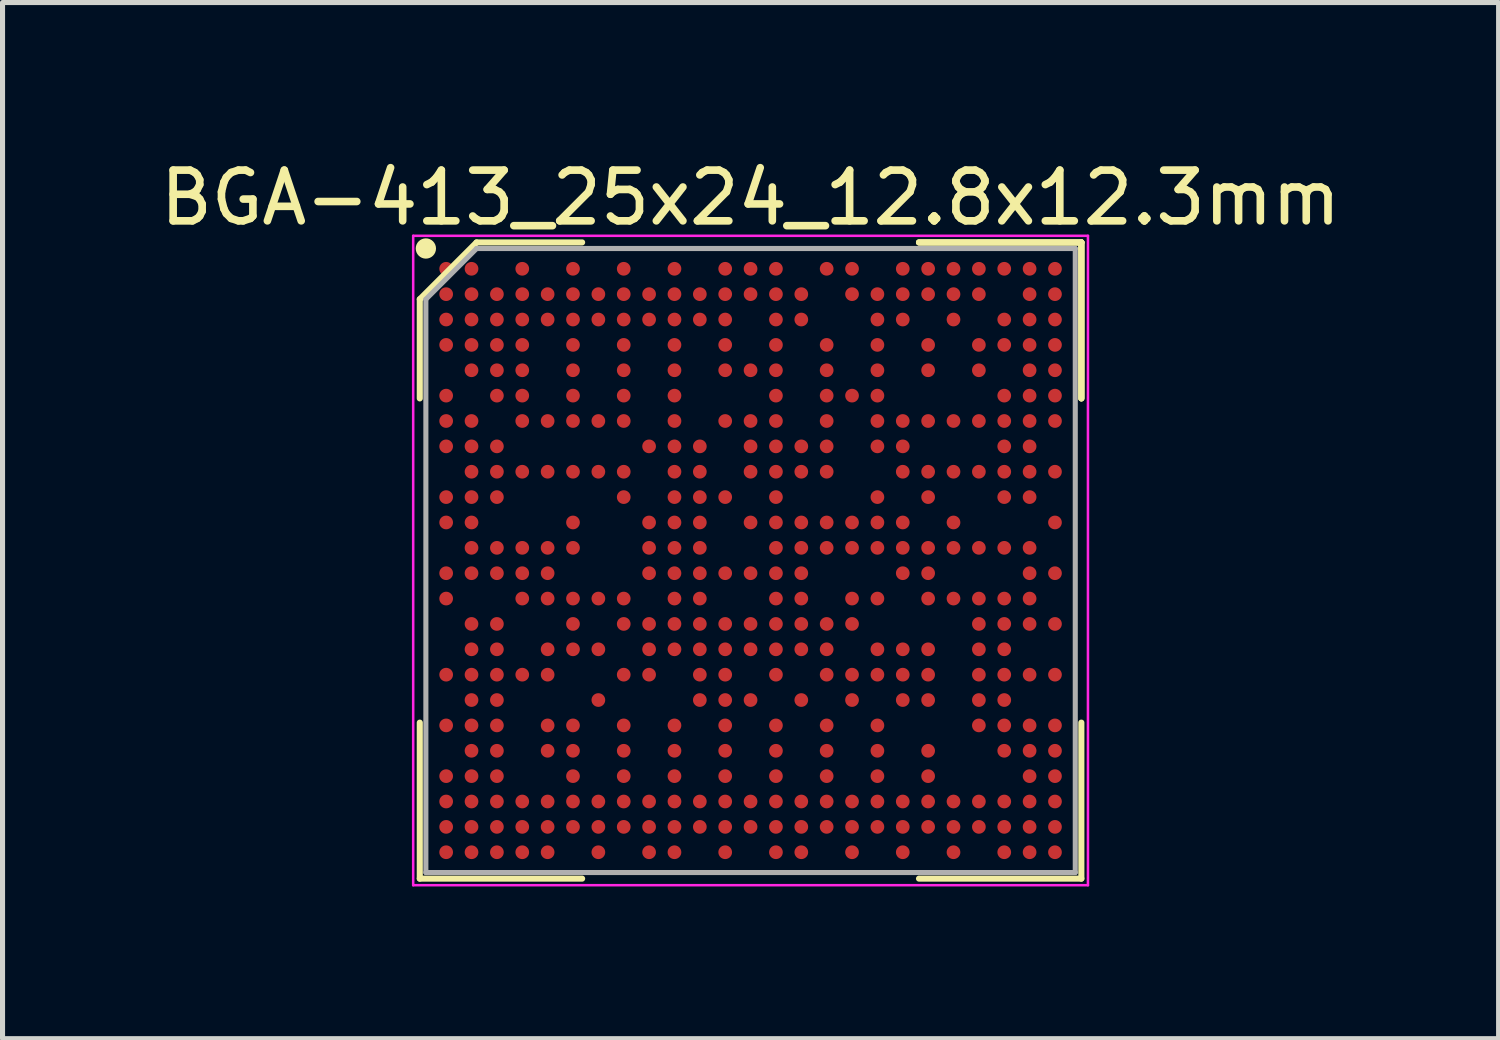
<source format=kicad_pcb>
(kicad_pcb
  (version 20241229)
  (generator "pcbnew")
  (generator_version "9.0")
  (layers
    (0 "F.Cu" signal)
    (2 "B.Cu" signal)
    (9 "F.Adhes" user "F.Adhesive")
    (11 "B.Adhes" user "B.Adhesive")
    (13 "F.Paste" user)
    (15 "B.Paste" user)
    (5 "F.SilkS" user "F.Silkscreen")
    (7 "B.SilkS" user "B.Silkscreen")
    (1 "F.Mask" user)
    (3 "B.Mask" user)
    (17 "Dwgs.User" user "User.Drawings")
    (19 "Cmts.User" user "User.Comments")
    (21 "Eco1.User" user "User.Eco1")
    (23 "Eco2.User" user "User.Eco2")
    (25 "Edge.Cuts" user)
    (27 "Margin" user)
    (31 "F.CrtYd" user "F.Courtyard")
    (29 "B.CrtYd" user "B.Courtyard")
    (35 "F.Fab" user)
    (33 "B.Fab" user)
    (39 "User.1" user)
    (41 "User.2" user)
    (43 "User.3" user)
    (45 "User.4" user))
  (footprint "BGA-413_25x24_12.8x12.3mm"
    (layer "F.Cu")
    (at 11.744 7.998)
    (property "Reference" "BGA-413_25x24_12.8x12.3mm" (at 0 -7.15 0) (layer "F.SilkS") (effects (font (size 1 1) (thickness 0.15))))
    (attr smd)
    (fp_line (start -6.52 -5.15) (end -6.52 -3.195) (stroke (width 0.12) (type solid)) (layer "F.SilkS"))
    (fp_line (start -6.52 6.27) (end -6.52 3.195) (stroke (width 0.12) (type solid)) (layer "F.SilkS"))
    (fp_line (start -5.4 -6.27) (end -6.52 -5.15) (stroke (width 0.12) (type solid)) (layer "F.SilkS"))
    (fp_line (start -3.32 -6.27) (end -5.4 -6.27) (stroke (width 0.12) (type solid)) (layer "F.SilkS"))
    (fp_line (start -3.32 6.27) (end -6.52 6.27) (stroke (width 0.12) (type solid)) (layer "F.SilkS"))
    (fp_line (start 3.32 -6.27) (end 6.52 -6.27) (stroke (width 0.12) (type solid)) (layer "F.SilkS"))
    (fp_line (start 3.32 -6.27) (end 6.52 -6.27) (stroke (width 0.12) (type solid)) (layer "F.SilkS"))
    (fp_line (start 3.32 -6.27) (end 6.52 -6.27) (stroke (width 0.12) (type solid)) (layer "F.SilkS"))
    (fp_line (start 3.32 6.27) (end 6.52 6.27) (stroke (width 0.12) (type solid)) (layer "F.SilkS"))
    (fp_line (start 6.52 -6.27) (end 6.52 -3.195) (stroke (width 0.12) (type solid)) (layer "F.SilkS"))
    (fp_line (start 6.52 -6.27) (end 6.52 -3.195) (stroke (width 0.12) (type solid)) (layer "F.SilkS"))
    (fp_line (start 6.52 -6.27) (end 6.52 -3.195) (stroke (width 0.12) (type solid)) (layer "F.SilkS"))
    (fp_line (start 6.52 6.27) (end 6.52 3.195) (stroke (width 0.12) (type solid)) (layer "F.SilkS"))
    (fp_circle (center -6.4 -6.15) (end -6.4 -6.05) (stroke (width 0.2) (type solid)) (fill no) (layer "F.SilkS"))
    (fp_line (start -6.65 -6.4) (end 6.65 -6.4) (stroke (width 0.05) (type solid)) (layer "F.CrtYd"))
    (fp_line (start -6.65 6.4) (end -6.65 -6.4) (stroke (width 0.05) (type solid)) (layer "F.CrtYd"))
    (fp_line (start 6.65 -6.4) (end 6.65 6.4) (stroke (width 0.05) (type solid)) (layer "F.CrtYd"))
    (fp_line (start 6.65 6.4) (end -6.65 6.4) (stroke (width 0.05) (type solid)) (layer "F.CrtYd"))
    (fp_line (start -6.4 -5.15) (end -6.4 6.15) (stroke (width 0.1) (type solid)) (layer "F.Fab"))
    (fp_line (start -6.4 6.15) (end 6.4 6.15) (stroke (width 0.1) (type solid)) (layer "F.Fab"))
    (fp_line (start -5.4 -6.15) (end -6.4 -5.15) (stroke (width 0.1) (type solid)) (layer "F.Fab"))
    (fp_line (start 6.4 -6.15) (end -5.4 -6.15) (stroke (width 0.1) (type solid)) (layer "F.Fab"))
    (fp_line (start 6.4 6.15) (end 6.4 -6.15) (stroke (width 0.1) (type solid)) (layer "F.Fab"))
    (pad "A1" smd circle (at -6 -5.75) (size 0.27 0.27) (layers "F.Cu" "F.Mask" "F.Paste"))
    (pad "A2" smd circle (at -5.5 -5.75) (size 0.27 0.27) (layers "F.Cu" "F.Mask" "F.Paste"))
    (pad "A4" smd circle (at -4.5 -5.75) (size 0.27 0.27) (layers "F.Cu" "F.Mask" "F.Paste"))
    (pad "A6" smd circle (at -3.5 -5.75) (size 0.27 0.27) (layers "F.Cu" "F.Mask" "F.Paste"))
    (pad "A8" smd circle (at -2.5 -5.75) (size 0.27 0.27) (layers "F.Cu" "F.Mask" "F.Paste"))
    (pad "A10" smd circle (at -1.5 -5.75) (size 0.27 0.27) (layers "F.Cu" "F.Mask" "F.Paste"))
    (pad "A12" smd circle (at -0.5 -5.75) (size 0.27 0.27) (layers "F.Cu" "F.Mask" "F.Paste"))
    (pad "A13" smd circle (at 0 -5.75) (size 0.27 0.27) (layers "F.Cu" "F.Mask" "F.Paste"))
    (pad "A14" smd circle (at 0.5 -5.75) (size 0.27 0.27) (layers "F.Cu" "F.Mask" "F.Paste"))
    (pad "A16" smd circle (at 1.5 -5.75) (size 0.27 0.27) (layers "F.Cu" "F.Mask" "F.Paste"))
    (pad "A17" smd circle (at 2 -5.75) (size 0.27 0.27) (layers "F.Cu" "F.Mask" "F.Paste"))
    (pad "A19" smd circle (at 3 -5.75) (size 0.27 0.27) (layers "F.Cu" "F.Mask" "F.Paste"))
    (pad "A20" smd circle (at 3.5 -5.75) (size 0.27 0.27) (layers "F.Cu" "F.Mask" "F.Paste"))
    (pad "A21" smd circle (at 4 -5.75) (size 0.27 0.27) (layers "F.Cu" "F.Mask" "F.Paste"))
    (pad "A22" smd circle (at 4.5 -5.75) (size 0.27 0.27) (layers "F.Cu" "F.Mask" "F.Paste"))
    (pad "A23" smd circle (at 5 -5.75) (size 0.27 0.27) (layers "F.Cu" "F.Mask" "F.Paste"))
    (pad "A24" smd circle (at 5.5 -5.75) (size 0.27 0.27) (layers "F.Cu" "F.Mask" "F.Paste"))
    (pad "A25" smd circle (at 6 -5.75) (size 0.27 0.27) (layers "F.Cu" "F.Mask" "F.Paste"))
    (pad "AA1" smd circle (at -6 4.25) (size 0.27 0.27) (layers "F.Cu" "F.Mask" "F.Paste"))
    (pad "AA2" smd circle (at -5.5 4.25) (size 0.27 0.27) (layers "F.Cu" "F.Mask" "F.Paste"))
    (pad "AA3" smd circle (at -5 4.25) (size 0.27 0.27) (layers "F.Cu" "F.Mask" "F.Paste"))
    (pad "AA6" smd circle (at -3.5 4.25) (size 0.27 0.27) (layers "F.Cu" "F.Mask" "F.Paste"))
    (pad "AA8" smd circle (at -2.5 4.25) (size 0.27 0.27) (layers "F.Cu" "F.Mask" "F.Paste"))
    (pad "AA10" smd circle (at -1.5 4.25) (size 0.27 0.27) (layers "F.Cu" "F.Mask" "F.Paste"))
    (pad "AA12" smd circle (at -0.5 4.25) (size 0.27 0.27) (layers "F.Cu" "F.Mask" "F.Paste"))
    (pad "AA14" smd circle (at 0.5 4.25) (size 0.27 0.27) (layers "F.Cu" "F.Mask" "F.Paste"))
    (pad "AA16" smd circle (at 1.5 4.25) (size 0.27 0.27) (layers "F.Cu" "F.Mask" "F.Paste"))
    (pad "AA18" smd circle (at 2.5 4.25) (size 0.27 0.27) (layers "F.Cu" "F.Mask" "F.Paste"))
    (pad "AA20" smd circle (at 3.5 4.25) (size 0.27 0.27) (layers "F.Cu" "F.Mask" "F.Paste"))
    (pad "AA24" smd circle (at 5.5 4.25) (size 0.27 0.27) (layers "F.Cu" "F.Mask" "F.Paste"))
    (pad "AA25" smd circle (at 6 4.25) (size 0.27 0.27) (layers "F.Cu" "F.Mask" "F.Paste"))
    (pad "AB1" smd circle (at -6 4.75) (size 0.27 0.27) (layers "F.Cu" "F.Mask" "F.Paste"))
    (pad "AB2" smd circle (at -5.5 4.75) (size 0.27 0.27) (layers "F.Cu" "F.Mask" "F.Paste"))
    (pad "AB3" smd circle (at -5 4.75) (size 0.27 0.27) (layers "F.Cu" "F.Mask" "F.Paste"))
    (pad "AB4" smd circle (at -4.5 4.75) (size 0.27 0.27) (layers "F.Cu" "F.Mask" "F.Paste"))
    (pad "AB5" smd circle (at -4 4.75) (size 0.27 0.27) (layers "F.Cu" "F.Mask" "F.Paste"))
    (pad "AB6" smd circle (at -3.5 4.75) (size 0.27 0.27) (layers "F.Cu" "F.Mask" "F.Paste"))
    (pad "AB7" smd circle (at -3 4.75) (size 0.27 0.27) (layers "F.Cu" "F.Mask" "F.Paste"))
    (pad "AB8" smd circle (at -2.5 4.75) (size 0.27 0.27) (layers "F.Cu" "F.Mask" "F.Paste"))
    (pad "AB9" smd circle (at -2 4.75) (size 0.27 0.27) (layers "F.Cu" "F.Mask" "F.Paste"))
    (pad "AB10" smd circle (at -1.5 4.75) (size 0.27 0.27) (layers "F.Cu" "F.Mask" "F.Paste"))
    (pad "AB11" smd circle (at -1 4.75) (size 0.27 0.27) (layers "F.Cu" "F.Mask" "F.Paste"))
    (pad "AB12" smd circle (at -0.5 4.75) (size 0.27 0.27) (layers "F.Cu" "F.Mask" "F.Paste"))
    (pad "AB13" smd circle (at 0 4.75) (size 0.27 0.27) (layers "F.Cu" "F.Mask" "F.Paste"))
    (pad "AB14" smd circle (at 0.5 4.75) (size 0.27 0.27) (layers "F.Cu" "F.Mask" "F.Paste"))
    (pad "AB15" smd circle (at 1 4.75) (size 0.27 0.27) (layers "F.Cu" "F.Mask" "F.Paste"))
    (pad "AB16" smd circle (at 1.5 4.75) (size 0.27 0.27) (layers "F.Cu" "F.Mask" "F.Paste"))
    (pad "AB17" smd circle (at 2 4.75) (size 0.27 0.27) (layers "F.Cu" "F.Mask" "F.Paste"))
    (pad "AB18" smd circle (at 2.5 4.75) (size 0.27 0.27) (layers "F.Cu" "F.Mask" "F.Paste"))
    (pad "AB19" smd circle (at 3 4.75) (size 0.27 0.27) (layers "F.Cu" "F.Mask" "F.Paste"))
    (pad "AB20" smd circle (at 3.5 4.75) (size 0.27 0.27) (layers "F.Cu" "F.Mask" "F.Paste"))
    (pad "AB21" smd circle (at 4 4.75) (size 0.27 0.27) (layers "F.Cu" "F.Mask" "F.Paste"))
    (pad "AB22" smd circle (at 4.5 4.75) (size 0.27 0.27) (layers "F.Cu" "F.Mask" "F.Paste"))
    (pad "AB23" smd circle (at 5 4.75) (size 0.27 0.27) (layers "F.Cu" "F.Mask" "F.Paste"))
    (pad "AB24" smd circle (at 5.5 4.75) (size 0.27 0.27) (layers "F.Cu" "F.Mask" "F.Paste"))
    (pad "AB25" smd circle (at 6 4.75) (size 0.27 0.27) (layers "F.Cu" "F.Mask" "F.Paste"))
    (pad "AC1" smd circle (at -6 5.25) (size 0.27 0.27) (layers "F.Cu" "F.Mask" "F.Paste"))
    (pad "AC2" smd circle (at -5.5 5.25) (size 0.27 0.27) (layers "F.Cu" "F.Mask" "F.Paste"))
    (pad "AC3" smd circle (at -5 5.25) (size 0.27 0.27) (layers "F.Cu" "F.Mask" "F.Paste"))
    (pad "AC4" smd circle (at -4.5 5.25) (size 0.27 0.27) (layers "F.Cu" "F.Mask" "F.Paste"))
    (pad "AC5" smd circle (at -4 5.25) (size 0.27 0.27) (layers "F.Cu" "F.Mask" "F.Paste"))
    (pad "AC6" smd circle (at -3.5 5.25) (size 0.27 0.27) (layers "F.Cu" "F.Mask" "F.Paste"))
    (pad "AC7" smd circle (at -3 5.25) (size 0.27 0.27) (layers "F.Cu" "F.Mask" "F.Paste"))
    (pad "AC8" smd circle (at -2.5 5.25) (size 0.27 0.27) (layers "F.Cu" "F.Mask" "F.Paste"))
    (pad "AC9" smd circle (at -2 5.25) (size 0.27 0.27) (layers "F.Cu" "F.Mask" "F.Paste"))
    (pad "AC10" smd circle (at -1.5 5.25) (size 0.27 0.27) (layers "F.Cu" "F.Mask" "F.Paste"))
    (pad "AC11" smd circle (at -1 5.25) (size 0.27 0.27) (layers "F.Cu" "F.Mask" "F.Paste"))
    (pad "AC12" smd circle (at -0.5 5.25) (size 0.27 0.27) (layers "F.Cu" "F.Mask" "F.Paste"))
    (pad "AC13" smd circle (at 0 5.25) (size 0.27 0.27) (layers "F.Cu" "F.Mask" "F.Paste"))
    (pad "AC14" smd circle (at 0.5 5.25) (size 0.27 0.27) (layers "F.Cu" "F.Mask" "F.Paste"))
    (pad "AC15" smd circle (at 1 5.25) (size 0.27 0.27) (layers "F.Cu" "F.Mask" "F.Paste"))
    (pad "AC16" smd circle (at 1.5 5.25) (size 0.27 0.27) (layers "F.Cu" "F.Mask" "F.Paste"))
    (pad "AC17" smd circle (at 2 5.25) (size 0.27 0.27) (layers "F.Cu" "F.Mask" "F.Paste"))
    (pad "AC18" smd circle (at 2.5 5.25) (size 0.27 0.27) (layers "F.Cu" "F.Mask" "F.Paste"))
    (pad "AC19" smd circle (at 3 5.25) (size 0.27 0.27) (layers "F.Cu" "F.Mask" "F.Paste"))
    (pad "AC20" smd circle (at 3.5 5.25) (size 0.27 0.27) (layers "F.Cu" "F.Mask" "F.Paste"))
    (pad "AC21" smd circle (at 4 5.25) (size 0.27 0.27) (layers "F.Cu" "F.Mask" "F.Paste"))
    (pad "AC22" smd circle (at 4.5 5.25) (size 0.27 0.27) (layers "F.Cu" "F.Mask" "F.Paste"))
    (pad "AC23" smd circle (at 5 5.25) (size 0.27 0.27) (layers "F.Cu" "F.Mask" "F.Paste"))
    (pad "AC24" smd circle (at 5.5 5.25) (size 0.27 0.27) (layers "F.Cu" "F.Mask" "F.Paste"))
    (pad "AC25" smd circle (at 6 5.25) (size 0.27 0.27) (layers "F.Cu" "F.Mask" "F.Paste"))
    (pad "AD1" smd circle (at -6 5.75) (size 0.27 0.27) (layers "F.Cu" "F.Mask" "F.Paste"))
    (pad "AD2" smd circle (at -5.5 5.75) (size 0.27 0.27) (layers "F.Cu" "F.Mask" "F.Paste"))
    (pad "AD3" smd circle (at -5 5.75) (size 0.27 0.27) (layers "F.Cu" "F.Mask" "F.Paste"))
    (pad "AD4" smd circle (at -4.5 5.75) (size 0.27 0.27) (layers "F.Cu" "F.Mask" "F.Paste"))
    (pad "AD5" smd circle (at -4 5.75) (size 0.27 0.27) (layers "F.Cu" "F.Mask" "F.Paste"))
    (pad "AD7" smd circle (at -3 5.75) (size 0.27 0.27) (layers "F.Cu" "F.Mask" "F.Paste"))
    (pad "AD9" smd circle (at -2 5.75) (size 0.27 0.27) (layers "F.Cu" "F.Mask" "F.Paste"))
    (pad "AD10" smd circle (at -1.5 5.75) (size 0.27 0.27) (layers "F.Cu" "F.Mask" "F.Paste"))
    (pad "AD12" smd circle (at -0.5 5.75) (size 0.27 0.27) (layers "F.Cu" "F.Mask" "F.Paste"))
    (pad "AD14" smd circle (at 0.5 5.75) (size 0.27 0.27) (layers "F.Cu" "F.Mask" "F.Paste"))
    (pad "AD15" smd circle (at 1 5.75) (size 0.27 0.27) (layers "F.Cu" "F.Mask" "F.Paste"))
    (pad "AD17" smd circle (at 2 5.75) (size 0.27 0.27) (layers "F.Cu" "F.Mask" "F.Paste"))
    (pad "AD19" smd circle (at 3 5.75) (size 0.27 0.27) (layers "F.Cu" "F.Mask" "F.Paste"))
    (pad "AD21" smd circle (at 4 5.75) (size 0.27 0.27) (layers "F.Cu" "F.Mask" "F.Paste"))
    (pad "AD23" smd circle (at 5 5.75) (size 0.27 0.27) (layers "F.Cu" "F.Mask" "F.Paste"))
    (pad "AD24" smd circle (at 5.5 5.75) (size 0.27 0.27) (layers "F.Cu" "F.Mask" "F.Paste"))
    (pad "AD25" smd circle (at 6 5.75) (size 0.27 0.27) (layers "F.Cu" "F.Mask" "F.Paste"))
    (pad "B1" smd circle (at -6 -5.25) (size 0.27 0.27) (layers "F.Cu" "F.Mask" "F.Paste"))
    (pad "B2" smd circle (at -5.5 -5.25) (size 0.27 0.27) (layers "F.Cu" "F.Mask" "F.Paste"))
    (pad "B3" smd circle (at -5 -5.25) (size 0.27 0.27) (layers "F.Cu" "F.Mask" "F.Paste"))
    (pad "B4" smd circle (at -4.5 -5.25) (size 0.27 0.27) (layers "F.Cu" "F.Mask" "F.Paste"))
    (pad "B5" smd circle (at -4 -5.25) (size 0.27 0.27) (layers "F.Cu" "F.Mask" "F.Paste"))
    (pad "B6" smd circle (at -3.5 -5.25) (size 0.27 0.27) (layers "F.Cu" "F.Mask" "F.Paste"))
    (pad "B7" smd circle (at -3 -5.25) (size 0.27 0.27) (layers "F.Cu" "F.Mask" "F.Paste"))
    (pad "B8" smd circle (at -2.5 -5.25) (size 0.27 0.27) (layers "F.Cu" "F.Mask" "F.Paste"))
    (pad "B9" smd circle (at -2 -5.25) (size 0.27 0.27) (layers "F.Cu" "F.Mask" "F.Paste"))
    (pad "B10" smd circle (at -1.5 -5.25) (size 0.27 0.27) (layers "F.Cu" "F.Mask" "F.Paste"))
    (pad "B11" smd circle (at -1 -5.25) (size 0.27 0.27) (layers "F.Cu" "F.Mask" "F.Paste"))
    (pad "B12" smd circle (at -0.5 -5.25) (size 0.27 0.27) (layers "F.Cu" "F.Mask" "F.Paste"))
    (pad "B13" smd circle (at 0 -5.25) (size 0.27 0.27) (layers "F.Cu" "F.Mask" "F.Paste"))
    (pad "B14" smd circle (at 0.5 -5.25) (size 0.27 0.27) (layers "F.Cu" "F.Mask" "F.Paste"))
    (pad "B15" smd circle (at 1 -5.25) (size 0.27 0.27) (layers "F.Cu" "F.Mask" "F.Paste"))
    (pad "B17" smd circle (at 2 -5.25) (size 0.27 0.27) (layers "F.Cu" "F.Mask" "F.Paste"))
    (pad "B18" smd circle (at 2.5 -5.25) (size 0.27 0.27) (layers "F.Cu" "F.Mask" "F.Paste"))
    (pad "B19" smd circle (at 3 -5.25) (size 0.27 0.27) (layers "F.Cu" "F.Mask" "F.Paste"))
    (pad "B20" smd circle (at 3.5 -5.25) (size 0.27 0.27) (layers "F.Cu" "F.Mask" "F.Paste"))
    (pad "B21" smd circle (at 4 -5.25) (size 0.27 0.27) (layers "F.Cu" "F.Mask" "F.Paste"))
    (pad "B22" smd circle (at 4.5 -5.25) (size 0.27 0.27) (layers "F.Cu" "F.Mask" "F.Paste"))
    (pad "B24" smd circle (at 5.5 -5.25) (size 0.27 0.27) (layers "F.Cu" "F.Mask" "F.Paste"))
    (pad "B25" smd circle (at 6 -5.25) (size 0.27 0.27) (layers "F.Cu" "F.Mask" "F.Paste"))
    (pad "C1" smd circle (at -6 -4.75) (size 0.27 0.27) (layers "F.Cu" "F.Mask" "F.Paste"))
    (pad "C2" smd circle (at -5.5 -4.75) (size 0.27 0.27) (layers "F.Cu" "F.Mask" "F.Paste"))
    (pad "C3" smd circle (at -5 -4.75) (size 0.27 0.27) (layers "F.Cu" "F.Mask" "F.Paste"))
    (pad "C4" smd circle (at -4.5 -4.75) (size 0.27 0.27) (layers "F.Cu" "F.Mask" "F.Paste"))
    (pad "C5" smd circle (at -4 -4.75) (size 0.27 0.27) (layers "F.Cu" "F.Mask" "F.Paste"))
    (pad "C6" smd circle (at -3.5 -4.75) (size 0.27 0.27) (layers "F.Cu" "F.Mask" "F.Paste"))
    (pad "C7" smd circle (at -3 -4.75) (size 0.27 0.27) (layers "F.Cu" "F.Mask" "F.Paste"))
    (pad "C8" smd circle (at -2.5 -4.75) (size 0.27 0.27) (layers "F.Cu" "F.Mask" "F.Paste"))
    (pad "C9" smd circle (at -2 -4.75) (size 0.27 0.27) (layers "F.Cu" "F.Mask" "F.Paste"))
    (pad "C10" smd circle (at -1.5 -4.75) (size 0.27 0.27) (layers "F.Cu" "F.Mask" "F.Paste"))
    (pad "C11" smd circle (at -1 -4.75) (size 0.27 0.27) (layers "F.Cu" "F.Mask" "F.Paste"))
    (pad "C12" smd circle (at -0.5 -4.75) (size 0.27 0.27) (layers "F.Cu" "F.Mask" "F.Paste"))
    (pad "C14" smd circle (at 0.5 -4.75) (size 0.27 0.27) (layers "F.Cu" "F.Mask" "F.Paste"))
    (pad "C15" smd circle (at 1 -4.75) (size 0.27 0.27) (layers "F.Cu" "F.Mask" "F.Paste"))
    (pad "C18" smd circle (at 2.5 -4.75) (size 0.27 0.27) (layers "F.Cu" "F.Mask" "F.Paste"))
    (pad "C19" smd circle (at 3 -4.75) (size 0.27 0.27) (layers "F.Cu" "F.Mask" "F.Paste"))
    (pad "C21" smd circle (at 4 -4.75) (size 0.27 0.27) (layers "F.Cu" "F.Mask" "F.Paste"))
    (pad "C23" smd circle (at 5 -4.75) (size 0.27 0.27) (layers "F.Cu" "F.Mask" "F.Paste"))
    (pad "C24" smd circle (at 5.5 -4.75) (size 0.27 0.27) (layers "F.Cu" "F.Mask" "F.Paste"))
    (pad "C25" smd circle (at 6 -4.75) (size 0.27 0.27) (layers "F.Cu" "F.Mask" "F.Paste"))
    (pad "D1" smd circle (at -6 -4.25) (size 0.27 0.27) (layers "F.Cu" "F.Mask" "F.Paste"))
    (pad "D2" smd circle (at -5.5 -4.25) (size 0.27 0.27) (layers "F.Cu" "F.Mask" "F.Paste"))
    (pad "D3" smd circle (at -5 -4.25) (size 0.27 0.27) (layers "F.Cu" "F.Mask" "F.Paste"))
    (pad "D4" smd circle (at -4.5 -4.25) (size 0.27 0.27) (layers "F.Cu" "F.Mask" "F.Paste"))
    (pad "D6" smd circle (at -3.5 -4.25) (size 0.27 0.27) (layers "F.Cu" "F.Mask" "F.Paste"))
    (pad "D8" smd circle (at -2.5 -4.25) (size 0.27 0.27) (layers "F.Cu" "F.Mask" "F.Paste"))
    (pad "D10" smd circle (at -1.5 -4.25) (size 0.27 0.27) (layers "F.Cu" "F.Mask" "F.Paste"))
    (pad "D12" smd circle (at -0.5 -4.25) (size 0.27 0.27) (layers "F.Cu" "F.Mask" "F.Paste"))
    (pad "D14" smd circle (at 0.5 -4.25) (size 0.27 0.27) (layers "F.Cu" "F.Mask" "F.Paste"))
    (pad "D16" smd circle (at 1.5 -4.25) (size 0.27 0.27) (layers "F.Cu" "F.Mask" "F.Paste"))
    (pad "D18" smd circle (at 2.5 -4.25) (size 0.27 0.27) (layers "F.Cu" "F.Mask" "F.Paste"))
    (pad "D20" smd circle (at 3.5 -4.25) (size 0.27 0.27) (layers "F.Cu" "F.Mask" "F.Paste"))
    (pad "D22" smd circle (at 4.5 -4.25) (size 0.27 0.27) (layers "F.Cu" "F.Mask" "F.Paste"))
    (pad "D23" smd circle (at 5 -4.25) (size 0.27 0.27) (layers "F.Cu" "F.Mask" "F.Paste"))
    (pad "D24" smd circle (at 5.5 -4.25) (size 0.27 0.27) (layers "F.Cu" "F.Mask" "F.Paste"))
    (pad "D25" smd circle (at 6 -4.25) (size 0.27 0.27) (layers "F.Cu" "F.Mask" "F.Paste"))
    (pad "E2" smd circle (at -5.5 -3.75) (size 0.27 0.27) (layers "F.Cu" "F.Mask" "F.Paste"))
    (pad "E3" smd circle (at -5 -3.75) (size 0.27 0.27) (layers "F.Cu" "F.Mask" "F.Paste"))
    (pad "E4" smd circle (at -4.5 -3.75) (size 0.27 0.27) (layers "F.Cu" "F.Mask" "F.Paste"))
    (pad "E6" smd circle (at -3.5 -3.75) (size 0.27 0.27) (layers "F.Cu" "F.Mask" "F.Paste"))
    (pad "E8" smd circle (at -2.5 -3.75) (size 0.27 0.27) (layers "F.Cu" "F.Mask" "F.Paste"))
    (pad "E10" smd circle (at -1.5 -3.75) (size 0.27 0.27) (layers "F.Cu" "F.Mask" "F.Paste"))
    (pad "E12" smd circle (at -0.5 -3.75) (size 0.27 0.27) (layers "F.Cu" "F.Mask" "F.Paste"))
    (pad "E13" smd circle (at 0 -3.75) (size 0.27 0.27) (layers "F.Cu" "F.Mask" "F.Paste"))
    (pad "E14" smd circle (at 0.5 -3.75) (size 0.27 0.27) (layers "F.Cu" "F.Mask" "F.Paste"))
    (pad "E16" smd circle (at 1.5 -3.75) (size 0.27 0.27) (layers "F.Cu" "F.Mask" "F.Paste"))
    (pad "E18" smd circle (at 2.5 -3.75) (size 0.27 0.27) (layers "F.Cu" "F.Mask" "F.Paste"))
    (pad "E20" smd circle (at 3.5 -3.75) (size 0.27 0.27) (layers "F.Cu" "F.Mask" "F.Paste"))
    (pad "E22" smd circle (at 4.5 -3.75) (size 0.27 0.27) (layers "F.Cu" "F.Mask" "F.Paste"))
    (pad "E24" smd circle (at 5.5 -3.75) (size 0.27 0.27) (layers "F.Cu" "F.Mask" "F.Paste"))
    (pad "E25" smd circle (at 6 -3.75) (size 0.27 0.27) (layers "F.Cu" "F.Mask" "F.Paste"))
    (pad "F1" smd circle (at -6 -3.25) (size 0.27 0.27) (layers "F.Cu" "F.Mask" "F.Paste"))
    (pad "F3" smd circle (at -5 -3.25) (size 0.27 0.27) (layers "F.Cu" "F.Mask" "F.Paste"))
    (pad "F4" smd circle (at -4.5 -3.25) (size 0.27 0.27) (layers "F.Cu" "F.Mask" "F.Paste"))
    (pad "F6" smd circle (at -3.5 -3.25) (size 0.27 0.27) (layers "F.Cu" "F.Mask" "F.Paste"))
    (pad "F8" smd circle (at -2.5 -3.25) (size 0.27 0.27) (layers "F.Cu" "F.Mask" "F.Paste"))
    (pad "F10" smd circle (at -1.5 -3.25) (size 0.27 0.27) (layers "F.Cu" "F.Mask" "F.Paste"))
    (pad "F14" smd circle (at 0.5 -3.25) (size 0.27 0.27) (layers "F.Cu" "F.Mask" "F.Paste"))
    (pad "F16" smd circle (at 1.5 -3.25) (size 0.27 0.27) (layers "F.Cu" "F.Mask" "F.Paste"))
    (pad "F17" smd circle (at 2 -3.25) (size 0.27 0.27) (layers "F.Cu" "F.Mask" "F.Paste"))
    (pad "F18" smd circle (at 2.5 -3.25) (size 0.27 0.27) (layers "F.Cu" "F.Mask" "F.Paste"))
    (pad "F23" smd circle (at 5 -3.25) (size 0.27 0.27) (layers "F.Cu" "F.Mask" "F.Paste"))
    (pad "F24" smd circle (at 5.5 -3.25) (size 0.27 0.27) (layers "F.Cu" "F.Mask" "F.Paste"))
    (pad "F25" smd circle (at 6 -3.25) (size 0.27 0.27) (layers "F.Cu" "F.Mask" "F.Paste"))
    (pad "G1" smd circle (at -6 -2.75) (size 0.27 0.27) (layers "F.Cu" "F.Mask" "F.Paste"))
    (pad "G2" smd circle (at -5.5 -2.75) (size 0.27 0.27) (layers "F.Cu" "F.Mask" "F.Paste"))
    (pad "G4" smd circle (at -4.5 -2.75) (size 0.27 0.27) (layers "F.Cu" "F.Mask" "F.Paste"))
    (pad "G5" smd circle (at -4 -2.75) (size 0.27 0.27) (layers "F.Cu" "F.Mask" "F.Paste"))
    (pad "G6" smd circle (at -3.5 -2.75) (size 0.27 0.27) (layers "F.Cu" "F.Mask" "F.Paste"))
    (pad "G7" smd circle (at -3 -2.75) (size 0.27 0.27) (layers "F.Cu" "F.Mask" "F.Paste"))
    (pad "G8" smd circle (at -2.5 -2.75) (size 0.27 0.27) (layers "F.Cu" "F.Mask" "F.Paste"))
    (pad "G10" smd circle (at -1.5 -2.75) (size 0.27 0.27) (layers "F.Cu" "F.Mask" "F.Paste"))
    (pad "G12" smd circle (at -0.5 -2.75) (size 0.27 0.27) (layers "F.Cu" "F.Mask" "F.Paste"))
    (pad "G13" smd circle (at 0 -2.75) (size 0.27 0.27) (layers "F.Cu" "F.Mask" "F.Paste"))
    (pad "G14" smd circle (at 0.5 -2.75) (size 0.27 0.27) (layers "F.Cu" "F.Mask" "F.Paste"))
    (pad "G16" smd circle (at 1.5 -2.75) (size 0.27 0.27) (layers "F.Cu" "F.Mask" "F.Paste"))
    (pad "G18" smd circle (at 2.5 -2.75) (size 0.27 0.27) (layers "F.Cu" "F.Mask" "F.Paste"))
    (pad "G19" smd circle (at 3 -2.75) (size 0.27 0.27) (layers "F.Cu" "F.Mask" "F.Paste"))
    (pad "G20" smd circle (at 3.5 -2.75) (size 0.27 0.27) (layers "F.Cu" "F.Mask" "F.Paste"))
    (pad "G21" smd circle (at 4 -2.75) (size 0.27 0.27) (layers "F.Cu" "F.Mask" "F.Paste"))
    (pad "G22" smd circle (at 4.5 -2.75) (size 0.27 0.27) (layers "F.Cu" "F.Mask" "F.Paste"))
    (pad "G23" smd circle (at 5 -2.75) (size 0.27 0.27) (layers "F.Cu" "F.Mask" "F.Paste"))
    (pad "G24" smd circle (at 5.5 -2.75) (size 0.27 0.27) (layers "F.Cu" "F.Mask" "F.Paste"))
    (pad "G25" smd circle (at 6 -2.75) (size 0.27 0.27) (layers "F.Cu" "F.Mask" "F.Paste"))
    (pad "H1" smd circle (at -6 -2.25) (size 0.27 0.27) (layers "F.Cu" "F.Mask" "F.Paste"))
    (pad "H2" smd circle (at -5.5 -2.25) (size 0.27 0.27) (layers "F.Cu" "F.Mask" "F.Paste"))
    (pad "H3" smd circle (at -5 -2.25) (size 0.27 0.27) (layers "F.Cu" "F.Mask" "F.Paste"))
    (pad "H9" smd circle (at -2 -2.25) (size 0.27 0.27) (layers "F.Cu" "F.Mask" "F.Paste"))
    (pad "H10" smd circle (at -1.5 -2.25) (size 0.27 0.27) (layers "F.Cu" "F.Mask" "F.Paste"))
    (pad "H11" smd circle (at -1 -2.25) (size 0.27 0.27) (layers "F.Cu" "F.Mask" "F.Paste"))
    (pad "H13" smd circle (at 0 -2.25) (size 0.27 0.27) (layers "F.Cu" "F.Mask" "F.Paste"))
    (pad "H14" smd circle (at 0.5 -2.25) (size 0.27 0.27) (layers "F.Cu" "F.Mask" "F.Paste"))
    (pad "H15" smd circle (at 1 -2.25) (size 0.27 0.27) (layers "F.Cu" "F.Mask" "F.Paste"))
    (pad "H16" smd circle (at 1.5 -2.25) (size 0.27 0.27) (layers "F.Cu" "F.Mask" "F.Paste"))
    (pad "H18" smd circle (at 2.5 -2.25) (size 0.27 0.27) (layers "F.Cu" "F.Mask" "F.Paste"))
    (pad "H19" smd circle (at 3 -2.25) (size 0.27 0.27) (layers "F.Cu" "F.Mask" "F.Paste"))
    (pad "H23" smd circle (at 5 -2.25) (size 0.27 0.27) (layers "F.Cu" "F.Mask" "F.Paste"))
    (pad "H24" smd circle (at 5.5 -2.25) (size 0.27 0.27) (layers "F.Cu" "F.Mask" "F.Paste"))
    (pad "J2" smd circle (at -5.5 -1.75) (size 0.27 0.27) (layers "F.Cu" "F.Mask" "F.Paste"))
    (pad "J3" smd circle (at -5 -1.75) (size 0.27 0.27) (layers "F.Cu" "F.Mask" "F.Paste"))
    (pad "J4" smd circle (at -4.5 -1.75) (size 0.27 0.27) (layers "F.Cu" "F.Mask" "F.Paste"))
    (pad "J5" smd circle (at -4 -1.75) (size 0.27 0.27) (layers "F.Cu" "F.Mask" "F.Paste"))
    (pad "J6" smd circle (at -3.5 -1.75) (size 0.27 0.27) (layers "F.Cu" "F.Mask" "F.Paste"))
    (pad "J7" smd circle (at -3 -1.75) (size 0.27 0.27) (layers "F.Cu" "F.Mask" "F.Paste"))
    (pad "J8" smd circle (at -2.5 -1.75) (size 0.27 0.27) (layers "F.Cu" "F.Mask" "F.Paste"))
    (pad "J10" smd circle (at -1.5 -1.75) (size 0.27 0.27) (layers "F.Cu" "F.Mask" "F.Paste"))
    (pad "J11" smd circle (at -1 -1.75) (size 0.27 0.27) (layers "F.Cu" "F.Mask" "F.Paste"))
    (pad "J13" smd circle (at 0 -1.75) (size 0.27 0.27) (layers "F.Cu" "F.Mask" "F.Paste"))
    (pad "J14" smd circle (at 0.5 -1.75) (size 0.27 0.27) (layers "F.Cu" "F.Mask" "F.Paste"))
    (pad "J15" smd circle (at 1 -1.75) (size 0.27 0.27) (layers "F.Cu" "F.Mask" "F.Paste"))
    (pad "J16" smd circle (at 1.5 -1.75) (size 0.27 0.27) (layers "F.Cu" "F.Mask" "F.Paste"))
    (pad "J19" smd circle (at 3 -1.75) (size 0.27 0.27) (layers "F.Cu" "F.Mask" "F.Paste"))
    (pad "J20" smd circle (at 3.5 -1.75) (size 0.27 0.27) (layers "F.Cu" "F.Mask" "F.Paste"))
    (pad "J21" smd circle (at 4 -1.75) (size 0.27 0.27) (layers "F.Cu" "F.Mask" "F.Paste"))
    (pad "J22" smd circle (at 4.5 -1.75) (size 0.27 0.27) (layers "F.Cu" "F.Mask" "F.Paste"))
    (pad "J23" smd circle (at 5 -1.75) (size 0.27 0.27) (layers "F.Cu" "F.Mask" "F.Paste"))
    (pad "J24" smd circle (at 5.5 -1.75) (size 0.27 0.27) (layers "F.Cu" "F.Mask" "F.Paste"))
    (pad "J25" smd circle (at 6 -1.75) (size 0.27 0.27) (layers "F.Cu" "F.Mask" "F.Paste"))
    (pad "K1" smd circle (at -6 -1.25) (size 0.27 0.27) (layers "F.Cu" "F.Mask" "F.Paste"))
    (pad "K2" smd circle (at -5.5 -1.25) (size 0.27 0.27) (layers "F.Cu" "F.Mask" "F.Paste"))
    (pad "K3" smd circle (at -5 -1.25) (size 0.27 0.27) (layers "F.Cu" "F.Mask" "F.Paste"))
    (pad "K8" smd circle (at -2.5 -1.25) (size 0.27 0.27) (layers "F.Cu" "F.Mask" "F.Paste"))
    (pad "K10" smd circle (at -1.5 -1.25) (size 0.27 0.27) (layers "F.Cu" "F.Mask" "F.Paste"))
    (pad "K11" smd circle (at -1 -1.25) (size 0.27 0.27) (layers "F.Cu" "F.Mask" "F.Paste"))
    (pad "K12" smd circle (at -0.5 -1.25) (size 0.27 0.27) (layers "F.Cu" "F.Mask" "F.Paste"))
    (pad "K14" smd circle (at 0.5 -1.25) (size 0.27 0.27) (layers "F.Cu" "F.Mask" "F.Paste"))
    (pad "K18" smd circle (at 2.5 -1.25) (size 0.27 0.27) (layers "F.Cu" "F.Mask" "F.Paste"))
    (pad "K20" smd circle (at 3.5 -1.25) (size 0.27 0.27) (layers "F.Cu" "F.Mask" "F.Paste"))
    (pad "K23" smd circle (at 5 -1.25) (size 0.27 0.27) (layers "F.Cu" "F.Mask" "F.Paste"))
    (pad "K24" smd circle (at 5.5 -1.25) (size 0.27 0.27) (layers "F.Cu" "F.Mask" "F.Paste"))
    (pad "L1" smd circle (at -6 -0.75) (size 0.27 0.27) (layers "F.Cu" "F.Mask" "F.Paste"))
    (pad "L2" smd circle (at -5.5 -0.75) (size 0.27 0.27) (layers "F.Cu" "F.Mask" "F.Paste"))
    (pad "L6" smd circle (at -3.5 -0.75) (size 0.27 0.27) (layers "F.Cu" "F.Mask" "F.Paste"))
    (pad "L9" smd circle (at -2 -0.75) (size 0.27 0.27) (layers "F.Cu" "F.Mask" "F.Paste"))
    (pad "L10" smd circle (at -1.5 -0.75) (size 0.27 0.27) (layers "F.Cu" "F.Mask" "F.Paste"))
    (pad "L11" smd circle (at -1 -0.75) (size 0.27 0.27) (layers "F.Cu" "F.Mask" "F.Paste"))
    (pad "L13" smd circle (at 0 -0.75) (size 0.27 0.27) (layers "F.Cu" "F.Mask" "F.Paste"))
    (pad "L14" smd circle (at 0.5 -0.75) (size 0.27 0.27) (layers "F.Cu" "F.Mask" "F.Paste"))
    (pad "L15" smd circle (at 1 -0.75) (size 0.27 0.27) (layers "F.Cu" "F.Mask" "F.Paste"))
    (pad "L16" smd circle (at 1.5 -0.75) (size 0.27 0.27) (layers "F.Cu" "F.Mask" "F.Paste"))
    (pad "L17" smd circle (at 2 -0.75) (size 0.27 0.27) (layers "F.Cu" "F.Mask" "F.Paste"))
    (pad "L18" smd circle (at 2.5 -0.75) (size 0.27 0.27) (layers "F.Cu" "F.Mask" "F.Paste"))
    (pad "L19" smd circle (at 3 -0.75) (size 0.27 0.27) (layers "F.Cu" "F.Mask" "F.Paste"))
    (pad "L21" smd circle (at 4 -0.75) (size 0.27 0.27) (layers "F.Cu" "F.Mask" "F.Paste"))
    (pad "L25" smd circle (at 6 -0.75) (size 0.27 0.27) (layers "F.Cu" "F.Mask" "F.Paste"))
    (pad "M2" smd circle (at -5.5 -0.25) (size 0.27 0.27) (layers "F.Cu" "F.Mask" "F.Paste"))
    (pad "M3" smd circle (at -5 -0.25) (size 0.27 0.27) (layers "F.Cu" "F.Mask" "F.Paste"))
    (pad "M4" smd circle (at -4.5 -0.25) (size 0.27 0.27) (layers "F.Cu" "F.Mask" "F.Paste"))
    (pad "M5" smd circle (at -4 -0.25) (size 0.27 0.27) (layers "F.Cu" "F.Mask" "F.Paste"))
    (pad "M6" smd circle (at -3.5 -0.25) (size 0.27 0.27) (layers "F.Cu" "F.Mask" "F.Paste"))
    (pad "M9" smd circle (at -2 -0.25) (size 0.27 0.27) (layers "F.Cu" "F.Mask" "F.Paste"))
    (pad "M10" smd circle (at -1.5 -0.25) (size 0.27 0.27) (layers "F.Cu" "F.Mask" "F.Paste"))
    (pad "M11" smd circle (at -1 -0.25) (size 0.27 0.27) (layers "F.Cu" "F.Mask" "F.Paste"))
    (pad "M14" smd circle (at 0.5 -0.25) (size 0.27 0.27) (layers "F.Cu" "F.Mask" "F.Paste"))
    (pad "M15" smd circle (at 1 -0.25) (size 0.27 0.27) (layers "F.Cu" "F.Mask" "F.Paste"))
    (pad "M16" smd circle (at 1.5 -0.25) (size 0.27 0.27) (layers "F.Cu" "F.Mask" "F.Paste"))
    (pad "M17" smd circle (at 2 -0.25) (size 0.27 0.27) (layers "F.Cu" "F.Mask" "F.Paste"))
    (pad "M18" smd circle (at 2.5 -0.25) (size 0.27 0.27) (layers "F.Cu" "F.Mask" "F.Paste"))
    (pad "M19" smd circle (at 3 -0.25) (size 0.27 0.27) (layers "F.Cu" "F.Mask" "F.Paste"))
    (pad "M20" smd circle (at 3.5 -0.25) (size 0.27 0.27) (layers "F.Cu" "F.Mask" "F.Paste"))
    (pad "M21" smd circle (at 4 -0.25) (size 0.27 0.27) (layers "F.Cu" "F.Mask" "F.Paste"))
    (pad "M22" smd circle (at 4.5 -0.25) (size 0.27 0.27) (layers "F.Cu" "F.Mask" "F.Paste"))
    (pad "M23" smd circle (at 5 -0.25) (size 0.27 0.27) (layers "F.Cu" "F.Mask" "F.Paste"))
    (pad "M24" smd circle (at 5.5 -0.25) (size 0.27 0.27) (layers "F.Cu" "F.Mask" "F.Paste"))
    (pad "N1" smd circle (at -6 0.25) (size 0.27 0.27) (layers "F.Cu" "F.Mask" "F.Paste"))
    (pad "N2" smd circle (at -5.5 0.25) (size 0.27 0.27) (layers "F.Cu" "F.Mask" "F.Paste"))
    (pad "N3" smd circle (at -5 0.25) (size 0.27 0.27) (layers "F.Cu" "F.Mask" "F.Paste"))
    (pad "N4" smd circle (at -4.5 0.25) (size 0.27 0.27) (layers "F.Cu" "F.Mask" "F.Paste"))
    (pad "N5" smd circle (at -4 0.25) (size 0.27 0.27) (layers "F.Cu" "F.Mask" "F.Paste"))
    (pad "N9" smd circle (at -2 0.25) (size 0.27 0.27) (layers "F.Cu" "F.Mask" "F.Paste"))
    (pad "N10" smd circle (at -1.5 0.25) (size 0.27 0.27) (layers "F.Cu" "F.Mask" "F.Paste"))
    (pad "N11" smd circle (at -1 0.25) (size 0.27 0.27) (layers "F.Cu" "F.Mask" "F.Paste"))
    (pad "N12" smd circle (at -0.5 0.25) (size 0.27 0.27) (layers "F.Cu" "F.Mask" "F.Paste"))
    (pad "N13" smd circle (at 0 0.25) (size 0.27 0.27) (layers "F.Cu" "F.Mask" "F.Paste"))
    (pad "N14" smd circle (at 0.5 0.25) (size 0.27 0.27) (layers "F.Cu" "F.Mask" "F.Paste"))
    (pad "N15" smd circle (at 1 0.25) (size 0.27 0.27) (layers "F.Cu" "F.Mask" "F.Paste"))
    (pad "N19" smd circle (at 3 0.25) (size 0.27 0.27) (layers "F.Cu" "F.Mask" "F.Paste"))
    (pad "N20" smd circle (at 3.5 0.25) (size 0.27 0.27) (layers "F.Cu" "F.Mask" "F.Paste"))
    (pad "N24" smd circle (at 5.5 0.25) (size 0.27 0.27) (layers "F.Cu" "F.Mask" "F.Paste"))
    (pad "N25" smd circle (at 6 0.25) (size 0.27 0.27) (layers "F.Cu" "F.Mask" "F.Paste"))
    (pad "P1" smd circle (at -6 0.75) (size 0.27 0.27) (layers "F.Cu" "F.Mask" "F.Paste"))
    (pad "P4" smd circle (at -4.5 0.75) (size 0.27 0.27) (layers "F.Cu" "F.Mask" "F.Paste"))
    (pad "P5" smd circle (at -4 0.75) (size 0.27 0.27) (layers "F.Cu" "F.Mask" "F.Paste"))
    (pad "P6" smd circle (at -3.5 0.75) (size 0.27 0.27) (layers "F.Cu" "F.Mask" "F.Paste"))
    (pad "P7" smd circle (at -3 0.75) (size 0.27 0.27) (layers "F.Cu" "F.Mask" "F.Paste"))
    (pad "P8" smd circle (at -2.5 0.75) (size 0.27 0.27) (layers "F.Cu" "F.Mask" "F.Paste"))
    (pad "P10" smd circle (at -1.5 0.75) (size 0.27 0.27) (layers "F.Cu" "F.Mask" "F.Paste"))
    (pad "P11" smd circle (at -1 0.75) (size 0.27 0.27) (layers "F.Cu" "F.Mask" "F.Paste"))
    (pad "P14" smd circle (at 0.5 0.75) (size 0.27 0.27) (layers "F.Cu" "F.Mask" "F.Paste"))
    (pad "P15" smd circle (at 1 0.75) (size 0.27 0.27) (layers "F.Cu" "F.Mask" "F.Paste"))
    (pad "P17" smd circle (at 2 0.75) (size 0.27 0.27) (layers "F.Cu" "F.Mask" "F.Paste"))
    (pad "P18" smd circle (at 2.5 0.75) (size 0.27 0.27) (layers "F.Cu" "F.Mask" "F.Paste"))
    (pad "P20" smd circle (at 3.5 0.75) (size 0.27 0.27) (layers "F.Cu" "F.Mask" "F.Paste"))
    (pad "P21" smd circle (at 4 0.75) (size 0.27 0.27) (layers "F.Cu" "F.Mask" "F.Paste"))
    (pad "P22" smd circle (at 4.5 0.75) (size 0.27 0.27) (layers "F.Cu" "F.Mask" "F.Paste"))
    (pad "P23" smd circle (at 5 0.75) (size 0.27 0.27) (layers "F.Cu" "F.Mask" "F.Paste"))
    (pad "P24" smd circle (at 5.5 0.75) (size 0.27 0.27) (layers "F.Cu" "F.Mask" "F.Paste"))
    (pad "R2" smd circle (at -5.5 1.25) (size 0.27 0.27) (layers "F.Cu" "F.Mask" "F.Paste"))
    (pad "R3" smd circle (at -5 1.25) (size 0.27 0.27) (layers "F.Cu" "F.Mask" "F.Paste"))
    (pad "R6" smd circle (at -3.5 1.25) (size 0.27 0.27) (layers "F.Cu" "F.Mask" "F.Paste"))
    (pad "R8" smd circle (at -2.5 1.25) (size 0.27 0.27) (layers "F.Cu" "F.Mask" "F.Paste"))
    (pad "R9" smd circle (at -2 1.25) (size 0.27 0.27) (layers "F.Cu" "F.Mask" "F.Paste"))
    (pad "R10" smd circle (at -1.5 1.25) (size 0.27 0.27) (layers "F.Cu" "F.Mask" "F.Paste"))
    (pad "R11" smd circle (at -1 1.25) (size 0.27 0.27) (layers "F.Cu" "F.Mask" "F.Paste"))
    (pad "R12" smd circle (at -0.5 1.25) (size 0.27 0.27) (layers "F.Cu" "F.Mask" "F.Paste"))
    (pad "R13" smd circle (at 0 1.25) (size 0.27 0.27) (layers "F.Cu" "F.Mask" "F.Paste"))
    (pad "R14" smd circle (at 0.5 1.25) (size 0.27 0.27) (layers "F.Cu" "F.Mask" "F.Paste"))
    (pad "R15" smd circle (at 1 1.25) (size 0.27 0.27) (layers "F.Cu" "F.Mask" "F.Paste"))
    (pad "R16" smd circle (at 1.5 1.25) (size 0.27 0.27) (layers "F.Cu" "F.Mask" "F.Paste"))
    (pad "R17" smd circle (at 2 1.25) (size 0.27 0.27) (layers "F.Cu" "F.Mask" "F.Paste"))
    (pad "R22" smd circle (at 4.5 1.25) (size 0.27 0.27) (layers "F.Cu" "F.Mask" "F.Paste"))
    (pad "R23" smd circle (at 5 1.25) (size 0.27 0.27) (layers "F.Cu" "F.Mask" "F.Paste"))
    (pad "R24" smd circle (at 5.5 1.25) (size 0.27 0.27) (layers "F.Cu" "F.Mask" "F.Paste"))
    (pad "R25" smd circle (at 6 1.25) (size 0.27 0.27) (layers "F.Cu" "F.Mask" "F.Paste"))
    (pad "T2" smd circle (at -5.5 1.75) (size 0.27 0.27) (layers "F.Cu" "F.Mask" "F.Paste"))
    (pad "T3" smd circle (at -5 1.75) (size 0.27 0.27) (layers "F.Cu" "F.Mask" "F.Paste"))
    (pad "T5" smd circle (at -4 1.75) (size 0.27 0.27) (layers "F.Cu" "F.Mask" "F.Paste"))
    (pad "T6" smd circle (at -3.5 1.75) (size 0.27 0.27) (layers "F.Cu" "F.Mask" "F.Paste"))
    (pad "T7" smd circle (at -3 1.75) (size 0.27 0.27) (layers "F.Cu" "F.Mask" "F.Paste"))
    (pad "T9" smd circle (at -2 1.75) (size 0.27 0.27) (layers "F.Cu" "F.Mask" "F.Paste"))
    (pad "T10" smd circle (at -1.5 1.75) (size 0.27 0.27) (layers "F.Cu" "F.Mask" "F.Paste"))
    (pad "T11" smd circle (at -1 1.75) (size 0.27 0.27) (layers "F.Cu" "F.Mask" "F.Paste"))
    (pad "T12" smd circle (at -0.5 1.75) (size 0.27 0.27) (layers "F.Cu" "F.Mask" "F.Paste"))
    (pad "T13" smd circle (at 0 1.75) (size 0.27 0.27) (layers "F.Cu" "F.Mask" "F.Paste"))
    (pad "T14" smd circle (at 0.5 1.75) (size 0.27 0.27) (layers "F.Cu" "F.Mask" "F.Paste"))
    (pad "T15" smd circle (at 1 1.75) (size 0.27 0.27) (layers "F.Cu" "F.Mask" "F.Paste"))
    (pad "T16" smd circle (at 1.5 1.75) (size 0.27 0.27) (layers "F.Cu" "F.Mask" "F.Paste"))
    (pad "T18" smd circle (at 2.5 1.75) (size 0.27 0.27) (layers "F.Cu" "F.Mask" "F.Paste"))
    (pad "T19" smd circle (at 3 1.75) (size 0.27 0.27) (layers "F.Cu" "F.Mask" "F.Paste"))
    (pad "T20" smd circle (at 3.5 1.75) (size 0.27 0.27) (layers "F.Cu" "F.Mask" "F.Paste"))
    (pad "T22" smd circle (at 4.5 1.75) (size 0.27 0.27) (layers "F.Cu" "F.Mask" "F.Paste"))
    (pad "T23" smd circle (at 5 1.75) (size 0.27 0.27) (layers "F.Cu" "F.Mask" "F.Paste"))
    (pad "U1" smd circle (at -6 2.25) (size 0.27 0.27) (layers "F.Cu" "F.Mask" "F.Paste"))
    (pad "U2" smd circle (at -5.5 2.25) (size 0.27 0.27) (layers "F.Cu" "F.Mask" "F.Paste"))
    (pad "U3" smd circle (at -5 2.25) (size 0.27 0.27) (layers "F.Cu" "F.Mask" "F.Paste"))
    (pad "U4" smd circle (at -4.5 2.25) (size 0.27 0.27) (layers "F.Cu" "F.Mask" "F.Paste"))
    (pad "U5" smd circle (at -4 2.25) (size 0.27 0.27) (layers "F.Cu" "F.Mask" "F.Paste"))
    (pad "U8" smd circle (at -2.5 2.25) (size 0.27 0.27) (layers "F.Cu" "F.Mask" "F.Paste"))
    (pad "U9" smd circle (at -2 2.25) (size 0.27 0.27) (layers "F.Cu" "F.Mask" "F.Paste"))
    (pad "U11" smd circle (at -1 2.25) (size 0.27 0.27) (layers "F.Cu" "F.Mask" "F.Paste"))
    (pad "U12" smd circle (at -0.5 2.25) (size 0.27 0.27) (layers "F.Cu" "F.Mask" "F.Paste"))
    (pad "U14" smd circle (at 0.5 2.25) (size 0.27 0.27) (layers "F.Cu" "F.Mask" "F.Paste"))
    (pad "U16" smd circle (at 1.5 2.25) (size 0.27 0.27) (layers "F.Cu" "F.Mask" "F.Paste"))
    (pad "U17" smd circle (at 2 2.25) (size 0.27 0.27) (layers "F.Cu" "F.Mask" "F.Paste"))
    (pad "U18" smd circle (at 2.5 2.25) (size 0.27 0.27) (layers "F.Cu" "F.Mask" "F.Paste"))
    (pad "U19" smd circle (at 3 2.25) (size 0.27 0.27) (layers "F.Cu" "F.Mask" "F.Paste"))
    (pad "U20" smd circle (at 3.5 2.25) (size 0.27 0.27) (layers "F.Cu" "F.Mask" "F.Paste"))
    (pad "U22" smd circle (at 4.5 2.25) (size 0.27 0.27) (layers "F.Cu" "F.Mask" "F.Paste"))
    (pad "U23" smd circle (at 5 2.25) (size 0.27 0.27) (layers "F.Cu" "F.Mask" "F.Paste"))
    (pad "U24" smd circle (at 5.5 2.25) (size 0.27 0.27) (layers "F.Cu" "F.Mask" "F.Paste"))
    (pad "U25" smd circle (at 6 2.25) (size 0.27 0.27) (layers "F.Cu" "F.Mask" "F.Paste"))
    (pad "V2" smd circle (at -5.5 2.75) (size 0.27 0.27) (layers "F.Cu" "F.Mask" "F.Paste"))
    (pad "V3" smd circle (at -5 2.75) (size 0.27 0.27) (layers "F.Cu" "F.Mask" "F.Paste"))
    (pad "V7" smd circle (at -3 2.75) (size 0.27 0.27) (layers "F.Cu" "F.Mask" "F.Paste"))
    (pad "V11" smd circle (at -1 2.75) (size 0.27 0.27) (layers "F.Cu" "F.Mask" "F.Paste"))
    (pad "V12" smd circle (at -0.5 2.75) (size 0.27 0.27) (layers "F.Cu" "F.Mask" "F.Paste"))
    (pad "V13" smd circle (at 0 2.75) (size 0.27 0.27) (layers "F.Cu" "F.Mask" "F.Paste"))
    (pad "V15" smd circle (at 1 2.75) (size 0.27 0.27) (layers "F.Cu" "F.Mask" "F.Paste"))
    (pad "V17" smd circle (at 2 2.75) (size 0.27 0.27) (layers "F.Cu" "F.Mask" "F.Paste"))
    (pad "V19" smd circle (at 3 2.75) (size 0.27 0.27) (layers "F.Cu" "F.Mask" "F.Paste"))
    (pad "V20" smd circle (at 3.5 2.75) (size 0.27 0.27) (layers "F.Cu" "F.Mask" "F.Paste"))
    (pad "V22" smd circle (at 4.5 2.75) (size 0.27 0.27) (layers "F.Cu" "F.Mask" "F.Paste"))
    (pad "V23" smd circle (at 5 2.75) (size 0.27 0.27) (layers "F.Cu" "F.Mask" "F.Paste"))
    (pad "W1" smd circle (at -6 3.25) (size 0.27 0.27) (layers "F.Cu" "F.Mask" "F.Paste"))
    (pad "W2" smd circle (at -5.5 3.25) (size 0.27 0.27) (layers "F.Cu" "F.Mask" "F.Paste"))
    (pad "W3" smd circle (at -5 3.25) (size 0.27 0.27) (layers "F.Cu" "F.Mask" "F.Paste"))
    (pad "W5" smd circle (at -4 3.25) (size 0.27 0.27) (layers "F.Cu" "F.Mask" "F.Paste"))
    (pad "W6" smd circle (at -3.5 3.25) (size 0.27 0.27) (layers "F.Cu" "F.Mask" "F.Paste"))
    (pad "W8" smd circle (at -2.5 3.25) (size 0.27 0.27) (layers "F.Cu" "F.Mask" "F.Paste"))
    (pad "W10" smd circle (at -1.5 3.25) (size 0.27 0.27) (layers "F.Cu" "F.Mask" "F.Paste"))
    (pad "W12" smd circle (at -0.5 3.25) (size 0.27 0.27) (layers "F.Cu" "F.Mask" "F.Paste"))
    (pad "W14" smd circle (at 0.5 3.25) (size 0.27 0.27) (layers "F.Cu" "F.Mask" "F.Paste"))
    (pad "W16" smd circle (at 1.5 3.25) (size 0.27 0.27) (layers "F.Cu" "F.Mask" "F.Paste"))
    (pad "W18" smd circle (at 2.5 3.25) (size 0.27 0.27) (layers "F.Cu" "F.Mask" "F.Paste"))
    (pad "W22" smd circle (at 4.5 3.25) (size 0.27 0.27) (layers "F.Cu" "F.Mask" "F.Paste"))
    (pad "W23" smd circle (at 5 3.25) (size 0.27 0.27) (layers "F.Cu" "F.Mask" "F.Paste"))
    (pad "W24" smd circle (at 5.5 3.25) (size 0.27 0.27) (layers "F.Cu" "F.Mask" "F.Paste"))
    (pad "W25" smd circle (at 6 3.25) (size 0.27 0.27) (layers "F.Cu" "F.Mask" "F.Paste"))
    (pad "Y2" smd circle (at -5.5 3.75) (size 0.27 0.27) (layers "F.Cu" "F.Mask" "F.Paste"))
    (pad "Y3" smd circle (at -5 3.75) (size 0.27 0.27) (layers "F.Cu" "F.Mask" "F.Paste"))
    (pad "Y5" smd circle (at -4 3.75) (size 0.27 0.27) (layers "F.Cu" "F.Mask" "F.Paste"))
    (pad "Y6" smd circle (at -3.5 3.75) (size 0.27 0.27) (layers "F.Cu" "F.Mask" "F.Paste"))
    (pad "Y8" smd circle (at -2.5 3.75) (size 0.27 0.27) (layers "F.Cu" "F.Mask" "F.Paste"))
    (pad "Y10" smd circle (at -1.5 3.75) (size 0.27 0.27) (layers "F.Cu" "F.Mask" "F.Paste"))
    (pad "Y12" smd circle (at -0.5 3.75) (size 0.27 0.27) (layers "F.Cu" "F.Mask" "F.Paste"))
    (pad "Y14" smd circle (at 0.5 3.75) (size 0.27 0.27) (layers "F.Cu" "F.Mask" "F.Paste"))
    (pad "Y16" smd circle (at 1.5 3.75) (size 0.27 0.27) (layers "F.Cu" "F.Mask" "F.Paste"))
    (pad "Y18" smd circle (at 2.5 3.75) (size 0.27 0.27) (layers "F.Cu" "F.Mask" "F.Paste"))
    (pad "Y20" smd circle (at 3.5 3.75) (size 0.27 0.27) (layers "F.Cu" "F.Mask" "F.Paste"))
    (pad "Y23" smd circle (at 5 3.75) (size 0.27 0.27) (layers "F.Cu" "F.Mask" "F.Paste"))
    (pad "Y24" smd circle (at 5.5 3.75) (size 0.27 0.27) (layers "F.Cu" "F.Mask" "F.Paste"))
    (pad "Y25" smd circle (at 6 3.75) (size 0.27 0.27) (layers "F.Cu" "F.Mask" "F.Paste")))
  (gr_rect
    (start -3 -3)
    (end 26.488 17.423)
    (stroke (width 0.1) (type default))
    (fill no)
    (layer "Edge.Cuts")))
</source>
